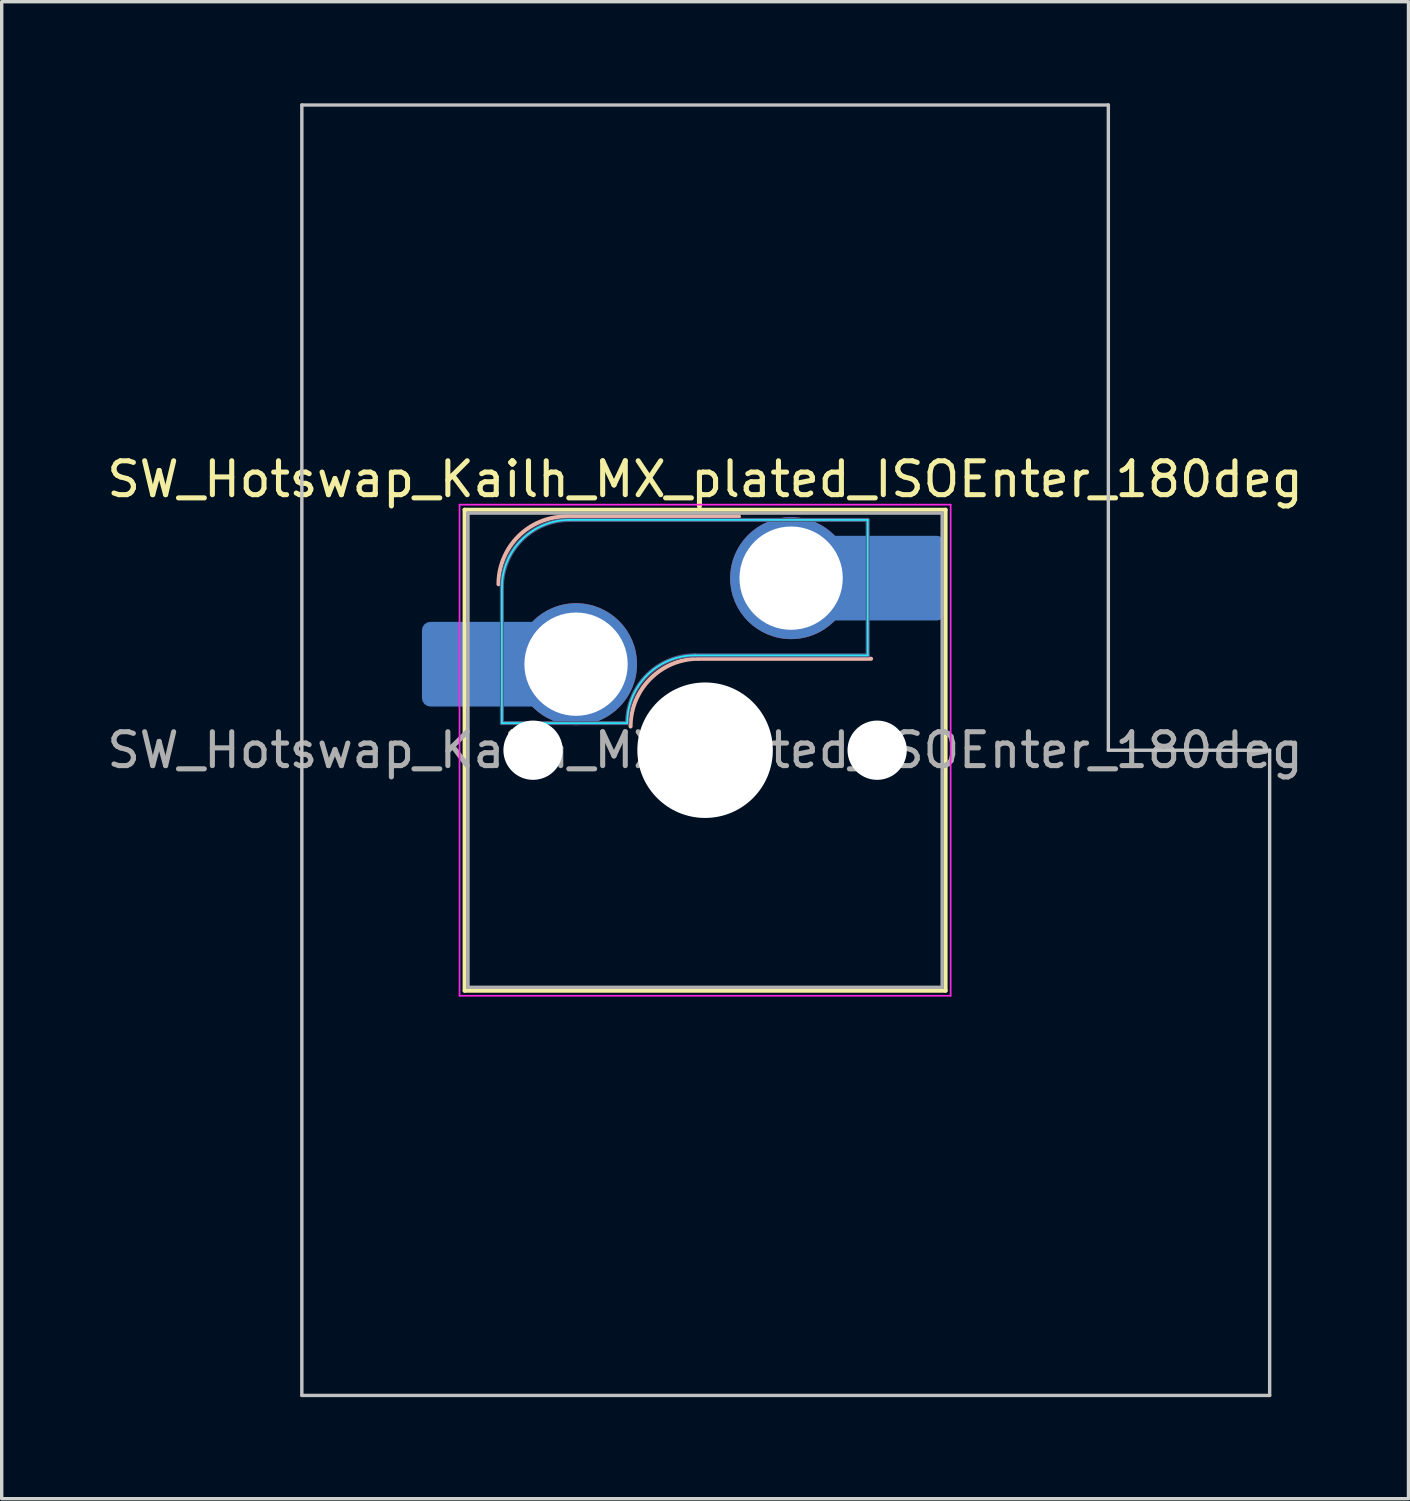
<source format=kicad_pcb>
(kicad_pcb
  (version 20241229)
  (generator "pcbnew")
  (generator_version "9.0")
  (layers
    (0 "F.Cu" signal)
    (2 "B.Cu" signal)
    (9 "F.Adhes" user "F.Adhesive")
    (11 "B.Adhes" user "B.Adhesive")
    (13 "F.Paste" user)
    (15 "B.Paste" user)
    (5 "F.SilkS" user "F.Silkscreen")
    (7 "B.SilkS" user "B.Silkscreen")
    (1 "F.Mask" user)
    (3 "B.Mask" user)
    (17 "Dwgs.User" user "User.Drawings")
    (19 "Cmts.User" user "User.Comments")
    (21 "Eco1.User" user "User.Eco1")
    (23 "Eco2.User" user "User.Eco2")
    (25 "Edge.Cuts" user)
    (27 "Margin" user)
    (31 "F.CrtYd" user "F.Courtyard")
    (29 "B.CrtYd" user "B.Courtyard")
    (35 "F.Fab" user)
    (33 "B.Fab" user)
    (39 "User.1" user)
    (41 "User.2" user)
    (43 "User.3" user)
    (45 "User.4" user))
  (footprint "SW_Hotswap_Kailh_MX_plated_ISOEnter_180deg"
    (layer "F.Cu")
    (at 17.768 19.1)
    (property "Reference" "SW_Hotswap_Kailh_MX_plated_ISOEnter_180deg" (at 0 -8 0) (layer "F.SilkS") (effects (font (size 1 1) (thickness 0.15))))
    (attr smd)
    (fp_line (start -7.1 -7.1) (end -7.1 7.1) (stroke (width 0.12) (type solid)) (layer "F.SilkS"))
    (fp_line (start -7.1 7.1) (end 7.1 7.1) (stroke (width 0.12) (type solid)) (layer "F.SilkS"))
    (fp_line (start 7.1 -7.1) (end -7.1 -7.1) (stroke (width 0.12) (type solid)) (layer "F.SilkS"))
    (fp_line (start 7.1 7.1) (end 7.1 -7.1) (stroke (width 0.12) (type solid)) (layer "F.SilkS"))
    (fp_line (start -4.1 -6.9) (end 1 -6.9) (stroke (width 0.12) (type solid)) (layer "B.SilkS"))
    (fp_line (start -0.2 -2.7) (end 4.9 -2.7) (stroke (width 0.12) (type solid)) (layer "B.SilkS"))
    (fp_arc (start -6.1 -4.9) (mid -5.514214 -6.314214) (end -4.1 -6.9) (stroke (width 0.12) (type solid)) (layer "B.SilkS"))
    (fp_arc (start -2.2 -0.7) (mid -1.614214 -2.114214) (end -0.2 -2.7) (stroke (width 0.12) (type solid)) (layer "B.SilkS"))
    (fp_line (start -11.906 -19.05) (end -11.906 19.05) (stroke (width 0.1) (type solid)) (layer "Dwgs.User"))
    (fp_line (start -11.906 19.05) (end 16.669 19.05) (stroke (width 0.1) (type solid)) (layer "Dwgs.User"))
    (fp_line (start 11.906 -19.05) (end -11.906 -19.05) (stroke (width 0.1) (type solid)) (layer "Dwgs.User"))
    (fp_line (start 11.906 0) (end 11.906 -19.05) (stroke (width 0.1) (type solid)) (layer "Dwgs.User"))
    (fp_line (start 16.669 0) (end 11.906 0) (stroke (width 0.1) (type solid)) (layer "Dwgs.User"))
    (fp_line (start 16.669 19.05) (end 16.669 0) (stroke (width 0.1) (type solid)) (layer "Dwgs.User"))
    (fp_line (start -7.8 -6) (end -7 -6) (stroke (width 0.1) (type solid)) (layer "Eco1.User"))
    (fp_line (start -7.8 -2.9) (end -7.8 -6) (stroke (width 0.1) (type solid)) (layer "Eco1.User"))
    (fp_line (start -7.8 2.9) (end -7 2.9) (stroke (width 0.1) (type solid)) (layer "Eco1.User"))
    (fp_line (start -7.8 6) (end -7.8 2.9) (stroke (width 0.1) (type solid)) (layer "Eco1.User"))
    (fp_line (start -7 -7) (end 7 -7) (stroke (width 0.1) (type solid)) (layer "Eco1.User"))
    (fp_line (start -7 -6) (end -7 -7) (stroke (width 0.1) (type solid)) (layer "Eco1.User"))
    (fp_line (start -7 -2.9) (end -7.8 -2.9) (stroke (width 0.1) (type solid)) (layer "Eco1.User"))
    (fp_line (start -7 2.9) (end -7 -2.9) (stroke (width 0.1) (type solid)) (layer "Eco1.User"))
    (fp_line (start -7 6) (end -7.8 6) (stroke (width 0.1) (type solid)) (layer "Eco1.User"))
    (fp_line (start -7 7) (end -7 6) (stroke (width 0.1) (type solid)) (layer "Eco1.User"))
    (fp_line (start 7 -7) (end 7 -6) (stroke (width 0.1) (type solid)) (layer "Eco1.User"))
    (fp_line (start 7 -6) (end 7.8 -6) (stroke (width 0.1) (type solid)) (layer "Eco1.User"))
    (fp_line (start 7 -2.9) (end 7 2.9) (stroke (width 0.1) (type solid)) (layer "Eco1.User"))
    (fp_line (start 7 2.9) (end 7.8 2.9) (stroke (width 0.1) (type solid)) (layer "Eco1.User"))
    (fp_line (start 7 6) (end 7 7) (stroke (width 0.1) (type solid)) (layer "Eco1.User"))
    (fp_line (start 7 7) (end -7 7) (stroke (width 0.1) (type solid)) (layer "Eco1.User"))
    (fp_line (start 7.8 -6) (end 7.8 -2.9) (stroke (width 0.1) (type solid)) (layer "Eco1.User"))
    (fp_line (start 7.8 -2.9) (end 7 -2.9) (stroke (width 0.1) (type solid)) (layer "Eco1.User"))
    (fp_line (start 7.8 2.9) (end 7.8 6) (stroke (width 0.1) (type solid)) (layer "Eco1.User"))
    (fp_line (start 7.8 6) (end 7 6) (stroke (width 0.1) (type solid)) (layer "Eco1.User"))
    (fp_line (start -6 -0.8) (end -6 -4.8) (stroke (width 0.05) (type solid)) (layer "B.CrtYd"))
    (fp_line (start -6 -0.8) (end -2.3 -0.8) (stroke (width 0.05) (type solid)) (layer "B.CrtYd"))
    (fp_line (start -4 -6.8) (end 4.8 -6.8) (stroke (width 0.05) (type solid)) (layer "B.CrtYd"))
    (fp_line (start -0.3 -2.8) (end 4.8 -2.8) (stroke (width 0.05) (type solid)) (layer "B.CrtYd"))
    (fp_line (start 4.8 -6.8) (end 4.8 -2.8) (stroke (width 0.05) (type solid)) (layer "B.CrtYd"))
    (fp_arc (start -6 -4.8) (mid -5.414214 -6.214214) (end -4 -6.8) (stroke (width 0.05) (type solid)) (layer "B.CrtYd"))
    (fp_arc (start -2.3 -0.8) (mid -1.714214 -2.214214) (end -0.3 -2.8) (stroke (width 0.05) (type solid)) (layer "B.CrtYd"))
    (fp_line (start -7.25 -7.25) (end -7.25 7.25) (stroke (width 0.05) (type solid)) (layer "F.CrtYd"))
    (fp_line (start -7.25 7.25) (end 7.25 7.25) (stroke (width 0.05) (type solid)) (layer "F.CrtYd"))
    (fp_line (start 7.25 -7.25) (end -7.25 -7.25) (stroke (width 0.05) (type solid)) (layer "F.CrtYd"))
    (fp_line (start 7.25 7.25) (end 7.25 -7.25) (stroke (width 0.05) (type solid)) (layer "F.CrtYd"))
    (fp_line (start -6 -0.8) (end -6 -4.8) (stroke (width 0.12) (type solid)) (layer "B.Fab"))
    (fp_line (start -6 -0.8) (end -2.3 -0.8) (stroke (width 0.12) (type solid)) (layer "B.Fab"))
    (fp_line (start -4 -6.8) (end 4.8 -6.8) (stroke (width 0.12) (type solid)) (layer "B.Fab"))
    (fp_line (start -0.3 -2.8) (end 4.8 -2.8) (stroke (width 0.12) (type solid)) (layer "B.Fab"))
    (fp_line (start 4.8 -6.8) (end 4.8 -2.8) (stroke (width 0.12) (type solid)) (layer "B.Fab"))
    (fp_arc (start -6 -4.8) (mid -5.414214 -6.214214) (end -4 -6.8) (stroke (width 0.12) (type solid)) (layer "B.Fab"))
    (fp_arc (start -2.3 -0.8) (mid -1.714214 -2.214214) (end -0.3 -2.8) (stroke (width 0.12) (type solid)) (layer "B.Fab"))
    (fp_line (start -7 -7) (end -7 7) (stroke (width 0.1) (type solid)) (layer "F.Fab"))
    (fp_line (start -7 7) (end 7 7) (stroke (width 0.1) (type solid)) (layer "F.Fab"))
    (fp_line (start 7 -7) (end -7 -7) (stroke (width 0.1) (type solid)) (layer "F.Fab"))
    (fp_line (start 7 7) (end 7 -7) (stroke (width 0.1) (type solid)) (layer "F.Fab"))
    (fp_text user "${REFERENCE}" (at 0 0 0) (layer "F.Fab") (effects (font (size 1 1) (thickness 0.15))))
    (pad "" smd roundrect (at -7.085 -2.54) (size 2.55 2.5) (layers "B.Mask" "B.Paste") (roundrect_rratio 0.1))
    (pad "" np_thru_hole circle (at -5.08 0) (size 1.75 1.75) (drill 1.75) (layers "*.Cu" "*.Mask"))
    (pad "" np_thru_hole circle (at 0 0) (size 4 4) (drill 4) (layers "*.Cu" "*.Mask"))
    (pad "" np_thru_hole circle (at 5.08 0) (size 1.75 1.75) (drill 1.75) (layers "*.Cu" "*.Mask"))
    (pad "" smd roundrect (at 5.842 -5.08) (size 2.55 2.5) (layers "B.Mask" "B.Paste") (roundrect_rratio 0.1))
    (pad "1" smd roundrect (at -6.585 -2.54) (size 3.55 2.5) (layers "B.Cu") (roundrect_rratio 0.1))
    (pad "1" thru_hole circle (at -3.81 -2.54) (size 3.6 3.6) (drill 3.05) (layers "*.Cu" "B.Mask"))
    (pad "2" thru_hole circle (at 2.54 -5.08) (size 3.6 3.6) (drill 3.05) (layers "*.Cu" "B.Mask"))
    (pad "2" smd roundrect (at 5.32 -5.08) (size 3.55 2.5) (layers "B.Cu") (roundrect_rratio 0.1)))
  (gr_rect
    (start -3 -3)
    (end 38.536 41.2)
    (stroke (width 0.1) (type default))
    (fill no)
    (layer "Edge.Cuts")))
</source>
